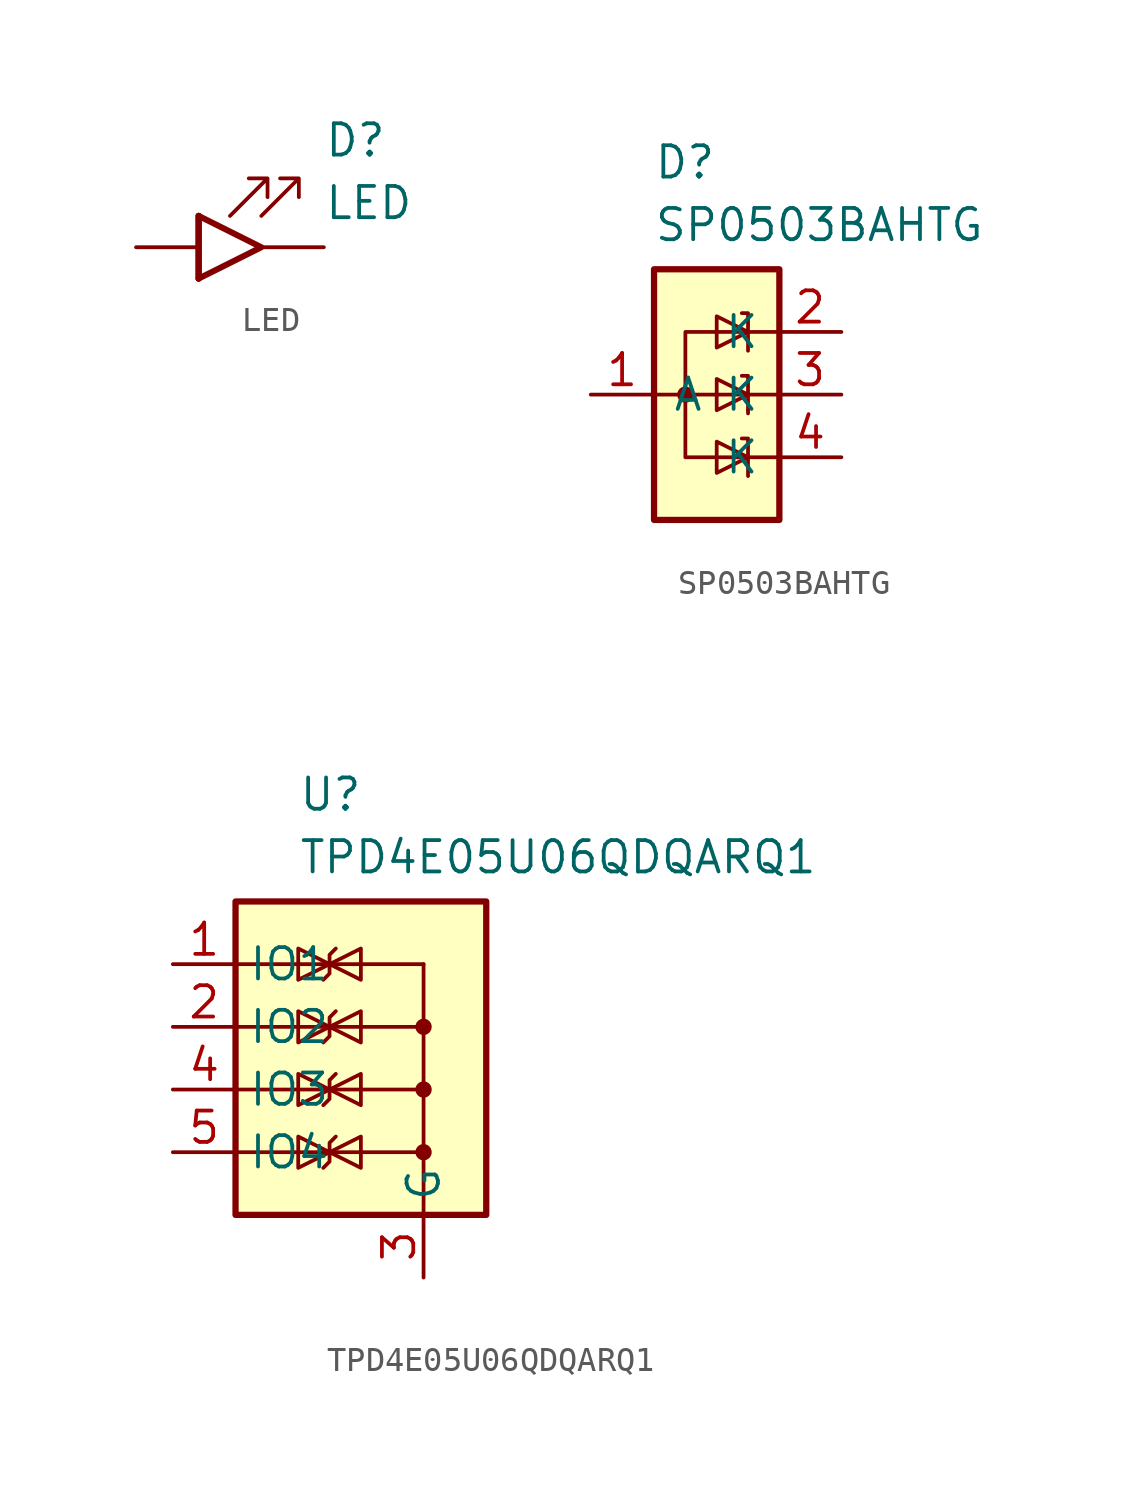
<source format=kicad_sym>
(kicad_symbol_lib
  (version 20241209)
  (generator "kicad_symbol_editor")
  (generator_version "9.0")
  (symbol "LED"
    (pin_numbers
      (hide yes))
    (pin_names
      (offset 1.016)
      (hide yes))
    (property "Reference" "D"
      (at 7.62 5.08 0)
      (effects (font (size 1.27 1.27)) (justify left top)))
    (property "Value" "LED"
      (at 7.62 2.54 0)
      (effects (font (size 1.27 1.27)) (justify left top)))
    (symbol "LED_0_1"
      (polyline (pts (xy 2.54 1.27) (xy 5.08 0) (xy 2.54 -1.27)) (stroke (width 0.245) (type default)) (fill (type none)))
      (polyline (pts (xy 2.54 0) (xy 2.54 0)) (stroke (width 0) (type default)) (fill (type none)))
      (polyline (pts (xy 2.54 -1.27) (xy 2.54 1.27)) (stroke (width 0.254) (type default)) (fill (type none)))
      (polyline (pts (xy 2.54 -1.27) (xy 2.54 1.27) (xy 2.54 0) (xy 2.54 -1.27)) (stroke (width 0.254) (type default)) (fill (type none)))
      (polyline (pts (xy 3.81 1.27) (xy 5.334 2.794) (xy 4.572 2.794) (xy 5.334 2.794) (xy 5.334 2.032)) (stroke (width 0) (type default)) (fill (type none)))
      (polyline (pts (xy 5.08 1.27) (xy 6.604 2.794) (xy 5.842 2.794) (xy 6.604 2.794) (xy 6.604 2.032)) (stroke (width 0) (type default)) (fill (type none))))
    (symbol "LED_1_1"
      (pin passive line (at 0 0 0) (length 2.54) (name "A" (effects (font (size 1.27 1.27)))) (number "1" (effects (font (size 1.27 1.27)))))
      (pin passive line (at 7.62 0 180) (length 2.54) (name "K" (effects (font (size 1.27 1.27)))) (number "2" (effects (font (size 1.27 1.27)))))))
  (symbol "SP0503BAHTG"
    (pin_names
      (offset 0.762))
    (property "Reference" "D"
      (at 2.54 10.16 0)
      (effects (font (size 1.27 1.27)) (justify left top)))
    (property "Value" "SP0503BAHTG"
      (at 2.54 7.62 0)
      (effects (font (size 1.27 1.27)) (justify left top)))
    (symbol "SP0503BAHTG_0_0"
      (pin passive line (at 0 0 0) (length 2.54) (name "A" (effects (font (size 1.27 1.27)))) (number "1" (effects (font (size 1.27 1.27))))))
    (symbol "SP0503BAHTG_0_1"
      (rectangle (start 2.565 5.08) (end 7.645 -5.08) (stroke (width 0.254) (type default)) (fill (type background)))
      (polyline (pts (xy 3.835 0) (xy 2.565 0)) (stroke (width 0) (type default)) (fill (type none)))
      (polyline (pts (xy 3.835 0) (xy 6.375 0)) (stroke (width 0) (type default)) (fill (type none)))
      (circle (center 3.835 0) (radius 0.254) (stroke (width 0) (type default)) (fill (type outline)))
      (polyline (pts (xy 5.105 -0.635) (xy 5.105 0.635) (xy 6.375 0) (xy 5.105 -0.635)) (stroke (width 0) (type default)) (fill (type none)))
      (polyline (pts (xy 6.121 3.302) (xy 6.375 3.302) (xy 6.375 1.905) (xy 6.375 1.778)) (stroke (width 0) (type default)) (fill (type none)))
      (polyline (pts (xy 6.121 -1.778) (xy 6.375 -1.778) (xy 6.375 -3.175) (xy 6.375 -3.302)) (stroke (width 0) (type default)) (fill (type none)))
      (polyline (pts (xy 6.375 2.54) (xy 3.835 2.54) (xy 3.835 -2.54) (xy 6.375 -2.54)) (stroke (width 0) (type default)) (fill (type none)))
      (polyline (pts (xy 6.375 2.54) (xy 5.105 1.905) (xy 5.105 3.175) (xy 6.375 2.54)) (stroke (width 0) (type default)) (fill (type none)))
      (polyline (pts (xy 6.375 -0.635) (xy 6.375 -0.762)) (stroke (width 0) (type default)) (fill (type none)))
      (polyline (pts (xy 6.375 -0.635) (xy 6.375 0.762) (xy 6.121 0.762)) (stroke (width 0) (type default)) (fill (type none)))
      (polyline (pts (xy 6.375 -2.54) (xy 5.105 -1.905) (xy 5.105 -3.175) (xy 6.375 -2.54)) (stroke (width 0) (type default)) (fill (type none)))
      (polyline (pts (xy 7.645 2.54) (xy 6.375 2.54)) (stroke (width 0) (type default)) (fill (type none)))
      (polyline (pts (xy 7.645 0) (xy 6.375 0)) (stroke (width 0) (type default)) (fill (type none)))
      (polyline (pts (xy 7.645 -2.54) (xy 6.375 -2.54)) (stroke (width 0) (type default)) (fill (type none))))
    (symbol "SP0503BAHTG_1_1"
      (pin passive line (at 10.16 2.54 180) (length 2.54) (name "K" (effects (font (size 1.27 1.27)))) (number "2" (effects (font (size 1.27 1.27)))))
      (pin passive line (at 10.16 0 180) (length 2.54) (name "K" (effects (font (size 1.27 1.27)))) (number "3" (effects (font (size 1.27 1.27)))))
      (pin passive line (at 10.16 -2.54 180) (length 2.54) (name "K" (effects (font (size 1.27 1.27)))) (number "4" (effects (font (size 1.27 1.27)))))))
  (symbol "TPD4E05U06QDQARQ1"
    (property "Reference" "U"
      (at 5.08 7.62 0)
      (effects (font (size 1.27 1.27)) (justify left top)))
    (property "Value" "TPD4E05U06QDQARQ1"
      (at 5.08 5.08 0)
      (effects (font (size 1.27 1.27)) (justify left top)))
    (symbol "TPD4E05U06QDQARQ1_0_0"
      (pin passive line (at 10.16 -12.7 90) (length 2.54) (name "G" (effects (font (size 1.27 1.27)))) (number "3" (effects (font (size 1.27 1.27))))))
    (symbol "TPD4E05U06QDQARQ1_0_1"
      (rectangle (start 2.54 2.54) (end 12.7 -10.16) (stroke (width 0.254) (type default)) (fill (type background)))
      (polyline (pts (xy 2.54 0) (xy 10.16 0)) (stroke (width 0) (type default)) (fill (type none)))
      (polyline (pts (xy 2.54 -2.54) (xy 10.16 -2.54)) (stroke (width 0) (type default)) (fill (type none)))
      (polyline (pts (xy 2.54 -5.08) (xy 10.16 -5.08)) (stroke (width 0) (type default)) (fill (type none)))
      (polyline (pts (xy 2.54 -7.62) (xy 10.16 -7.62)) (stroke (width 0) (type default)) (fill (type none)))
      (polyline (pts (xy 6.35 0) (xy 7.62 -0.635) (xy 7.62 0.635) (xy 6.35 0)) (stroke (width 0) (type default)) (fill (type none)))
      (polyline (pts (xy 6.35 -2.54) (xy 7.62 -3.175) (xy 7.62 -1.905) (xy 6.35 -2.54)) (stroke (width 0) (type default)) (fill (type none)))
      (polyline (pts (xy 6.35 -5.08) (xy 7.62 -5.715) (xy 7.62 -4.445) (xy 6.35 -5.08)) (stroke (width 0) (type default)) (fill (type none)))
      (polyline (pts (xy 6.35 -7.62) (xy 7.62 -8.255) (xy 7.62 -6.985) (xy 6.35 -7.62)) (stroke (width 0) (type default)) (fill (type none)))
      (polyline (pts (xy 10.16 0) (xy 10.16 -10.16)) (stroke (width 0.152) (type default)) (fill (type none)))
      (circle (center 10.16 -2.54) (radius 0.254) (stroke (width 0) (type default)) (fill (type outline)))
      (circle (center 10.16 -5.08) (radius 0.254) (stroke (width 0) (type default)) (fill (type outline)))
      (circle (center 10.16 -7.62) (radius 0.254) (stroke (width 0) (type default)) (fill (type outline))))
    (symbol "TPD4E05U06QDQARQ1_1_1"
      (polyline (pts (xy 6.096 -0.635) (xy 6.35 -0.381) (xy 6.35 0.381) (xy 6.604 0.635)) (stroke (width 0) (type default)) (fill (type none)))
      (polyline (pts (xy 6.096 -3.175) (xy 6.35 -2.921) (xy 6.35 -2.159) (xy 6.604 -1.905)) (stroke (width 0) (type default)) (fill (type none)))
      (polyline (pts (xy 6.096 -5.715) (xy 6.35 -5.461) (xy 6.35 -4.699) (xy 6.604 -4.445)) (stroke (width 0) (type default)) (fill (type none)))
      (polyline (pts (xy 6.096 -8.255) (xy 6.35 -8.001) (xy 6.35 -7.239) (xy 6.604 -6.985)) (stroke (width 0) (type default)) (fill (type none)))
      (polyline (pts (xy 6.35 0) (xy 5.08 -0.635) (xy 5.08 0.635) (xy 6.35 0)) (stroke (width 0) (type default)) (fill (type none)))
      (polyline (pts (xy 6.35 -2.54) (xy 5.08 -3.175) (xy 5.08 -1.905) (xy 6.35 -2.54)) (stroke (width 0) (type default)) (fill (type none)))
      (polyline (pts (xy 6.35 -5.08) (xy 5.08 -5.715) (xy 5.08 -4.445) (xy 6.35 -5.08)) (stroke (width 0) (type default)) (fill (type none)))
      (polyline (pts (xy 6.35 -7.62) (xy 5.08 -8.255) (xy 5.08 -6.985) (xy 6.35 -7.62)) (stroke (width 0) (type default)) (fill (type none)))
      (pin passive line (at 0 0 0) (length 2.54) (name "IO1" (effects (font (size 1.27 1.27)))) (number "1" (effects (font (size 1.27 1.27)))))
      (pin passive line (at 0 0 0) (length 2.54) (hide yes) (name "IO1" (effects (font (size 1.27 1.27)))) (number "10" (effects (font (size 1.27 1.27)))))
      (pin passive line (at 0 -2.54 0) (length 2.54) (name "IO2" (effects (font (size 1.27 1.27)))) (number "2" (effects (font (size 1.27 1.27)))))
      (pin passive line (at 0 -2.54 0) (length 2.54) (hide yes) (name "IO2" (effects (font (size 1.27 1.27)))) (number "9" (effects (font (size 1.27 1.27)))))
      (pin passive line (at 0 -5.08 0) (length 2.54) (name "IO3" (effects (font (size 1.27 1.27)))) (number "4" (effects (font (size 1.27 1.27)))))
      (pin passive line (at 0 -5.08 0) (length 2.54) (hide yes) (name "IO3" (effects (font (size 1.27 1.27)))) (number "7" (effects (font (size 1.27 1.27)))))
      (pin passive line (at 0 -7.62 0) (length 2.54) (name "IO4" (effects (font (size 1.27 1.27)))) (number "5" (effects (font (size 1.27 1.27)))))
      (pin passive line (at 0 -7.62 0) (length 2.54) (hide yes) (name "IO4" (effects (font (size 1.27 1.27)))) (number "6" (effects (font (size 1.27 1.27)))))
      (pin passive line (at 10.16 -12.7 90) (length 2.54) (hide yes) (name "G" (effects (font (size 1.27 1.27)))) (number "8" (effects (font (size 1.27 1.27))))))))
</source>
